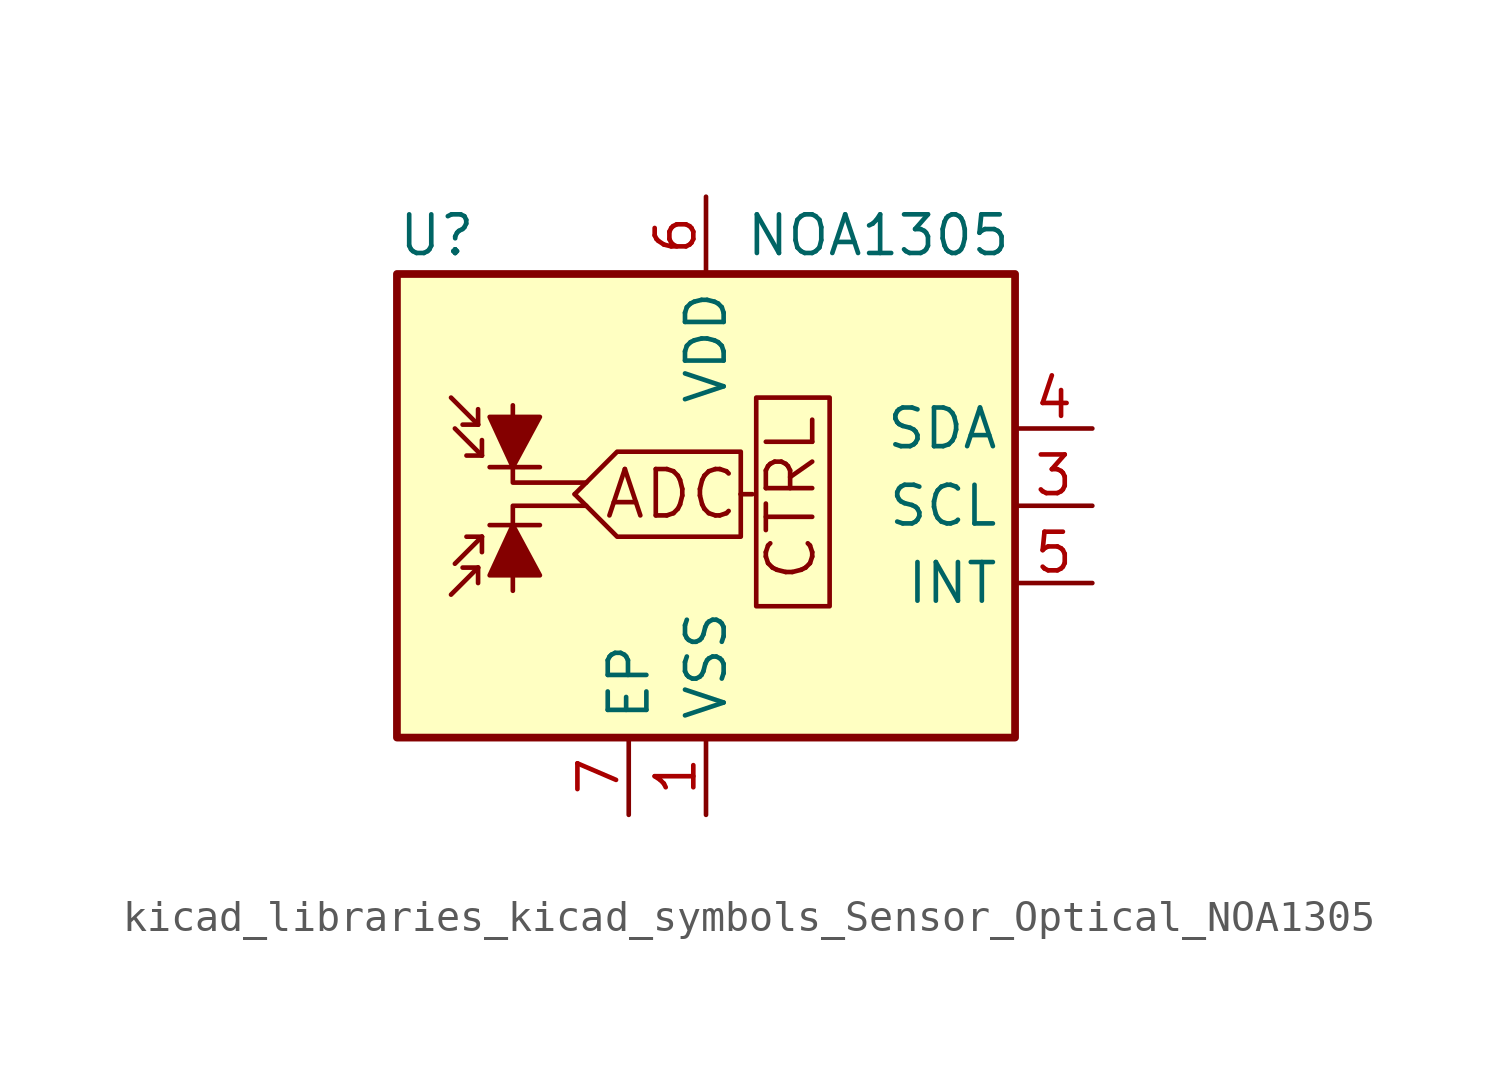
<source format=kicad_sym>
(kicad_symbol_lib
  (version 20220914)
  (generator kicad_symbol_editor)
  (symbol "kicad_libraries_kicad_symbols_Sensor_Optical_NOA1305"
    (property "Reference" "U"
      (at -10.16 8.89 0)
      (effects (font (size 1.27 1.27)) (justify left)))
    (property "Value" "NOA1305"
      (at 1.27 8.89 0)
      (effects (font (size 1.27 1.27)) (justify left)))
    (symbol "kicad_libraries_kicad_symbols_Sensor_Optical_NOA1305_0_0"
      (polyline (pts (xy 1.143 0.381) (xy 1.524 0.381)) (stroke (width 0) (type default)) (fill (type none)))
      (polyline (pts (xy -6.35 -2.794) (xy -6.35 0) (xy -3.937 0)) (stroke (width 0) (type default)) (fill (type none)))
      (polyline (pts (xy -6.35 3.302) (xy -6.35 0.762) (xy -3.937 0.762)) (stroke (width 0) (type default)) (fill (type none)))
      (polyline (pts (xy -4.318 0.381) (xy -2.921 -1.016) (xy 1.143 -1.016) (xy 1.143 0.381)) (stroke (width 0) (type default)) (fill (type none)))
      (polyline (pts (xy -4.318 0.381) (xy -2.921 1.778) (xy 1.143 1.778) (xy 1.143 0.381)) (stroke (width 0) (type default)) (fill (type none)))
      (rectangle (start 1.651 3.556) (end 4.064 -3.302) (stroke (width 0) (type default)) (fill (type none)))
      (text "ADC" (at -1.143 0.381 0) (effects (font (size 1.524 1.524))))
      (text "CTRL" (at 2.794 0.254 900) (effects (font (size 1.524 1.524)))))
    (symbol "kicad_libraries_kicad_symbols_Sensor_Optical_NOA1305_0_1"
      (polyline (pts (xy -7.493 -2.032) (xy -8.382 -2.921)) (stroke (width 0) (type default)) (fill (type none)))
      (polyline (pts (xy -7.493 -2.032) (xy -8.001 -2.032)) (stroke (width 0) (type default)) (fill (type none)))
      (polyline (pts (xy -7.493 -2.032) (xy -7.493 -2.54)) (stroke (width 0) (type default)) (fill (type none)))
      (polyline (pts (xy -7.493 2.667) (xy -8.382 3.556)) (stroke (width 0) (type default)) (fill (type none)))
      (polyline (pts (xy -7.493 2.667) (xy -8.001 2.667)) (stroke (width 0) (type default)) (fill (type none)))
      (polyline (pts (xy -7.493 2.667) (xy -7.493 3.175)) (stroke (width 0) (type default)) (fill (type none)))
      (polyline (pts (xy -7.366 -1.016) (xy -8.255 -1.905)) (stroke (width 0) (type default)) (fill (type none)))
      (polyline (pts (xy -7.366 -1.016) (xy -7.874 -1.016)) (stroke (width 0) (type default)) (fill (type none)))
      (polyline (pts (xy -7.366 -1.016) (xy -7.366 -1.524)) (stroke (width 0) (type default)) (fill (type none)))
      (polyline (pts (xy -7.366 1.651) (xy -8.255 2.54)) (stroke (width 0) (type default)) (fill (type none)))
      (polyline (pts (xy -7.366 1.651) (xy -7.874 1.651)) (stroke (width 0) (type default)) (fill (type none)))
      (polyline (pts (xy -7.366 1.651) (xy -7.366 2.159)) (stroke (width 0) (type default)) (fill (type none)))
      (polyline (pts (xy -7.112 -0.635) (xy -5.461 -0.635)) (stroke (width 0) (type default)) (fill (type none)))
      (polyline (pts (xy -7.112 1.27) (xy -5.461 1.27)) (stroke (width 0) (type default)) (fill (type none)))
      (polyline (pts (xy -7.112 -2.286) (xy -5.461 -2.286) (xy -6.35 -0.635) (xy -7.112 -2.286)) (stroke (width 0) (type default)) (fill (type outline)))
      (polyline (pts (xy -7.112 2.921) (xy -5.461 2.921) (xy -6.35 1.27) (xy -7.112 2.921)) (stroke (width 0) (type default)) (fill (type outline)))
      (rectangle (start 10.16 7.62) (end -10.16 -7.62) (stroke (width 0.254) (type default)) (fill (type background))))
    (symbol "kicad_libraries_kicad_symbols_Sensor_Optical_NOA1305_1_1"
      (pin power_in line (at 0 -10.16 90) (length 2.54) (name "VSS" (effects (font (size 1.27 1.27)))) (number "1" (effects (font (size 1.27 1.27)))))
      (pin no_connect line (at -10.16 5.08 0) (length 2.54) hide (name "NC" (effects (font (size 1.27 1.27)))) (number "2" (effects (font (size 1.27 1.27)))))
      (pin input line (at 12.7 0 180) (length 2.54) (name "SCL" (effects (font (size 1.27 1.27)))) (number "3" (effects (font (size 1.27 1.27)))))
      (pin bidirectional line (at 12.7 2.54 180) (length 2.54) (name "SDA" (effects (font (size 1.27 1.27)))) (number "4" (effects (font (size 1.27 1.27)))))
      (pin open_collector line (at 12.7 -2.54 180) (length 2.54) (name "INT" (effects (font (size 1.27 1.27)))) (number "5" (effects (font (size 1.27 1.27)))))
      (pin power_in line (at 0 10.16 270) (length 2.54) (name "VDD" (effects (font (size 1.27 1.27)))) (number "6" (effects (font (size 1.27 1.27)))))
      (pin passive line (at -2.54 -10.16 90) (length 2.54) (name "EP" (effects (font (size 1.27 1.27)))) (number "7" (effects (font (size 1.27 1.27))))))))
</source>
